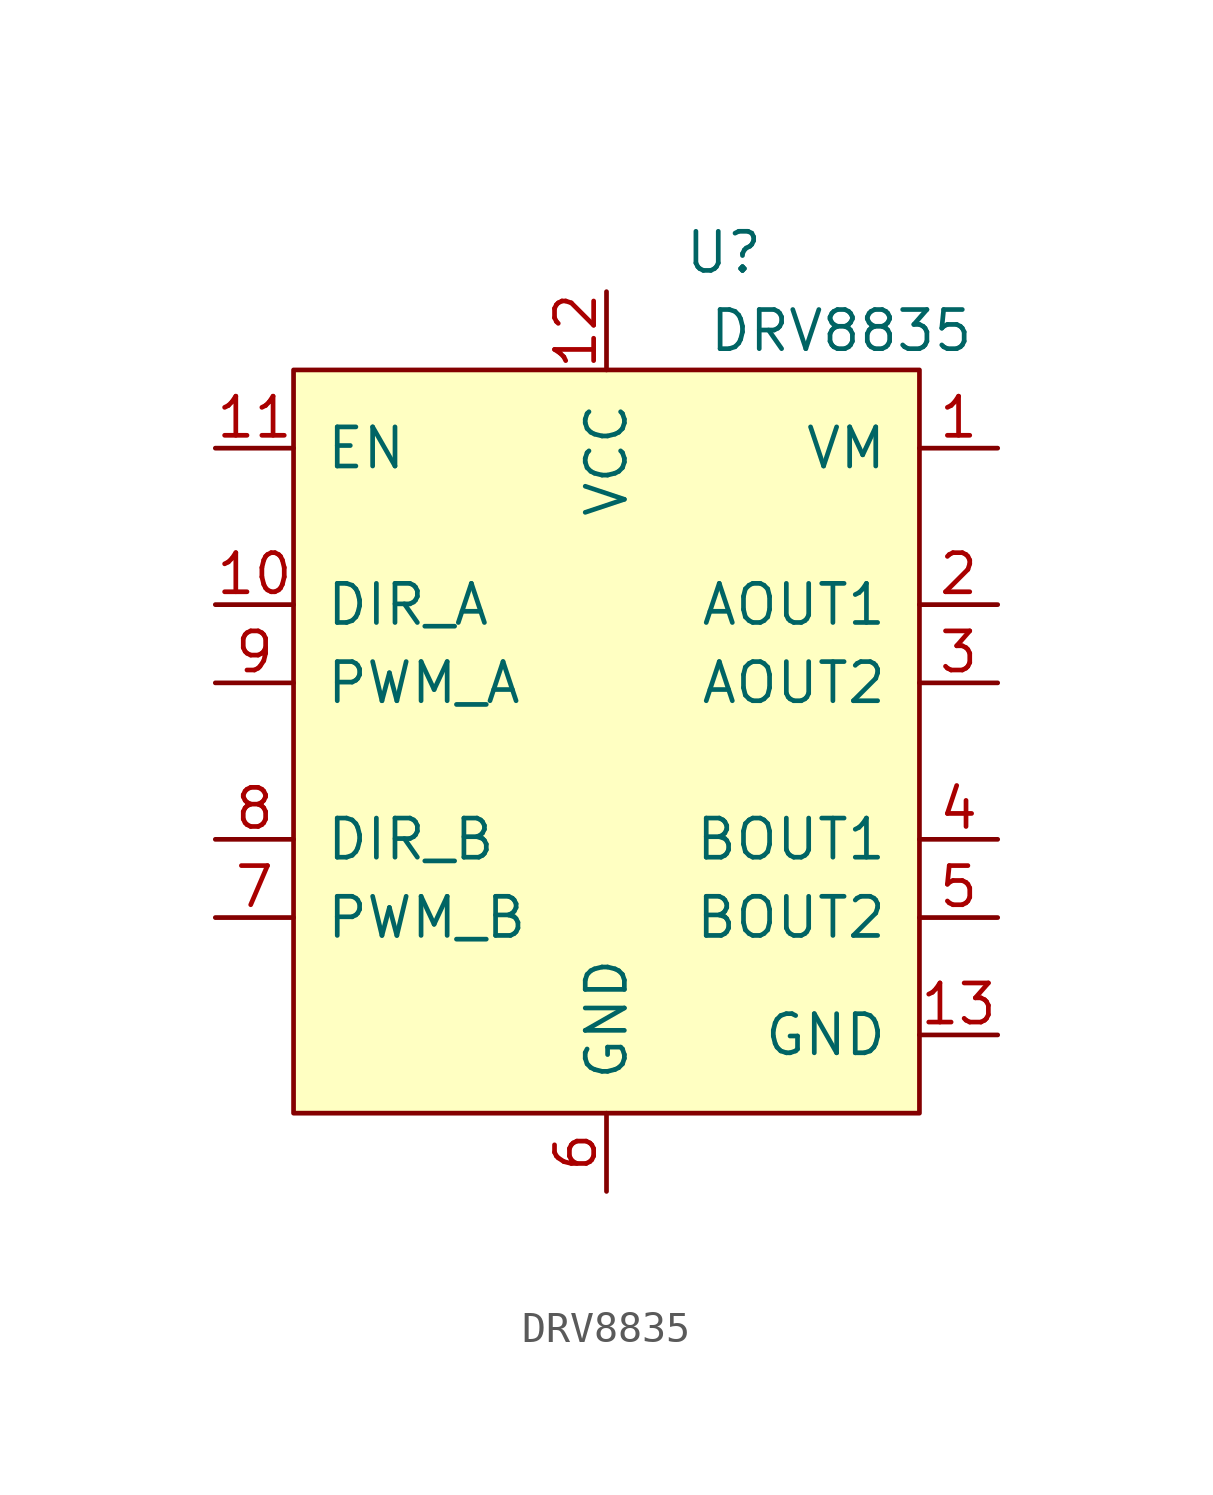
<source format=kicad_sym>
(kicad_symbol_lib
  (version 20211014)
  (generator kicad_symbol_editor)
  (symbol "DRV8835"
    (pin_names
      (offset 1.016))
    (property "Reference" "U"
      (at 1.27 20.32 0)
      (effects (font (size 1.27 1.27))))
    (property "Value" "DRV8835"
      (at 5.08 17.78 0)
      (effects (font (size 1.27 1.27))))
    (symbol "DRV8835_0_1"
      (rectangle (start -12.7 16.51) (end 7.62 -7.62) (stroke (width 0) (type default) (color 0 0 0 0)) (fill (type background))))
    (symbol "DRV8835_1_1"
      (pin passive line (at 10.16 13.97 180) (length 2.54) (name "VM" (effects (font (size 1.27 1.27)))) (number "1" (effects (font (size 1.27 1.27)))))
      (pin input line (at -15.24 8.89 0) (length 2.54) (name "DIR_A" (effects (font (size 1.27 1.27)))) (number "10" (effects (font (size 1.27 1.27)))))
      (pin input line (at -15.24 13.97 0) (length 2.54) (name "EN" (effects (font (size 1.27 1.27)))) (number "11" (effects (font (size 1.27 1.27)))))
      (pin passive line (at -2.54 19.05 270) (length 2.54) (name "VCC" (effects (font (size 1.27 1.27)))) (number "12" (effects (font (size 1.27 1.27)))))
      (pin passive line (at 10.16 -5.08 180) (length 2.54) (name "GND" (effects (font (size 1.27 1.27)))) (number "13" (effects (font (size 1.27 1.27)))))
      (pin passive line (at 10.16 8.89 180) (length 2.54) (name "AOUT1" (effects (font (size 1.27 1.27)))) (number "2" (effects (font (size 1.27 1.27)))))
      (pin passive line (at 10.16 6.35 180) (length 2.54) (name "AOUT2" (effects (font (size 1.27 1.27)))) (number "3" (effects (font (size 1.27 1.27)))))
      (pin passive line (at 10.16 1.27 180) (length 2.54) (name "BOUT1" (effects (font (size 1.27 1.27)))) (number "4" (effects (font (size 1.27 1.27)))))
      (pin passive line (at 10.16 -1.27 180) (length 2.54) (name "BOUT2" (effects (font (size 1.27 1.27)))) (number "5" (effects (font (size 1.27 1.27)))))
      (pin passive line (at -2.54 -10.16 90) (length 2.54) (name "GND" (effects (font (size 1.27 1.27)))) (number "6" (effects (font (size 1.27 1.27)))))
      (pin input line (at -15.24 -1.27 0) (length 2.54) (name "PWM_B" (effects (font (size 1.27 1.27)))) (number "7" (effects (font (size 1.27 1.27)))))
      (pin input line (at -15.24 1.27 0) (length 2.54) (name "DIR_B" (effects (font (size 1.27 1.27)))) (number "8" (effects (font (size 1.27 1.27)))))
      (pin input line (at -15.24 6.35 0) (length 2.54) (name "PWM_A" (effects (font (size 1.27 1.27)))) (number "9" (effects (font (size 1.27 1.27))))))))
</source>
